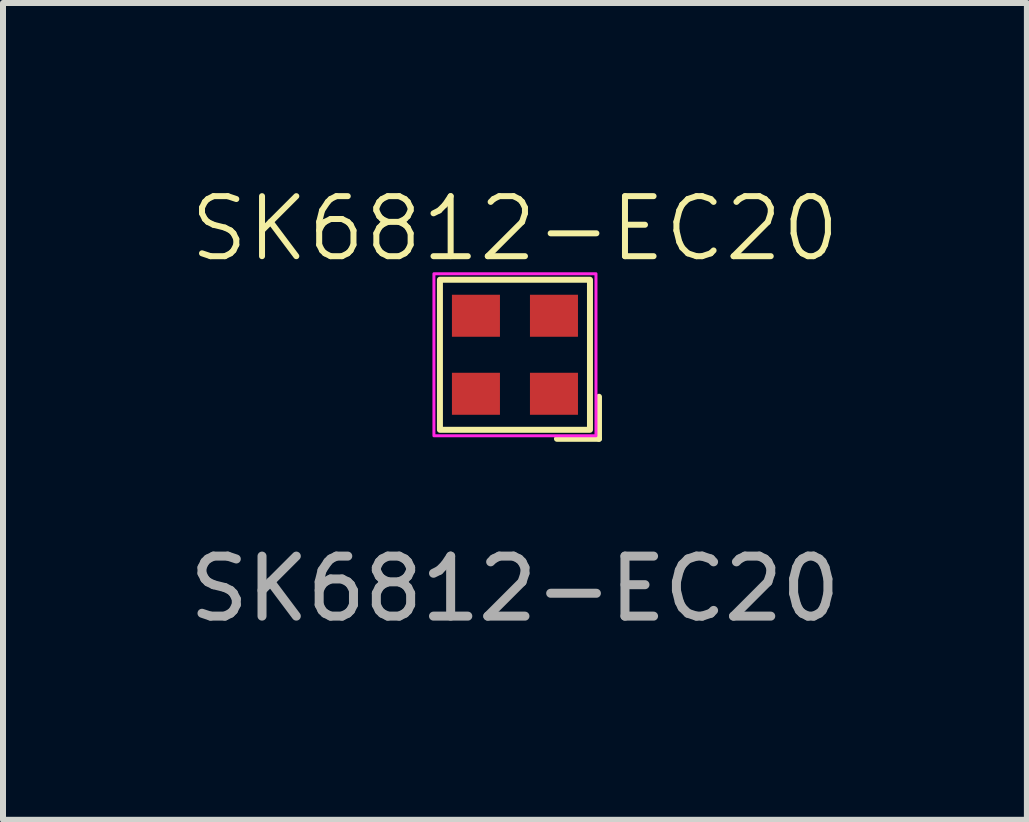
<source format=kicad_pcb>
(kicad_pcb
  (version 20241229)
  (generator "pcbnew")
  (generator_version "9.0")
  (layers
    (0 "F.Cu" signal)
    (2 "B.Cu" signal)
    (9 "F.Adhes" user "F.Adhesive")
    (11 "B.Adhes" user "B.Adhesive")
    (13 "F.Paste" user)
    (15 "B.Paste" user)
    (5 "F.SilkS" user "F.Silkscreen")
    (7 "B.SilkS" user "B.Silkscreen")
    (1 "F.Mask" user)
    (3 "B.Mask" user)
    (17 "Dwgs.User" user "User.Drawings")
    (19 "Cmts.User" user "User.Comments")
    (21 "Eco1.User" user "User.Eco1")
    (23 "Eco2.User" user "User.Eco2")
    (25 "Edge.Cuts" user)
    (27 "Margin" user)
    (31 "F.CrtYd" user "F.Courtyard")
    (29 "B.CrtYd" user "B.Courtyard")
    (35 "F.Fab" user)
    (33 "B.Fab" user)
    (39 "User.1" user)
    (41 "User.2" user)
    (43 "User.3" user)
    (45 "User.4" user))
  (footprint "SK6812-EC20"
    (layer "F.Cu")
    (at 5.53 2.861)
    (property "Reference" "SK6812-EC20" (at 0 -2.1 0) (unlocked yes) (layer "F.SilkS") (effects (font (size 1 1) (thickness 0.1))))
    (attr smd)
    (fp_line (start 1.4 1.4) (end 0.7 1.4) (stroke (width 0.1) (type default)) (layer "F.SilkS"))
    (fp_line (start 1.4 1.4) (end 1.4 0.7) (stroke (width 0.1) (type default)) (layer "F.SilkS"))
    (fp_rect (start -1.25 -1.25) (end 1.25 1.25) (stroke (width 0.1) (type default)) (fill no) (layer "F.SilkS"))
    (fp_rect (start -1.35 -1.35) (end 1.35 1.35) (stroke (width 0.05) (type default)) (fill no) (layer "F.CrtYd"))
    (fp_text user "${REFERENCE}" (at 0 3.9 0) (unlocked yes) (layer "F.Fab") (effects (font (size 1 1) (thickness 0.15))))
    (pad "1" smd rect (at 0.65 0.65) (size 0.8 0.7) (layers "F.Cu" "F.Mask" "F.Paste"))
    (pad "2" smd rect (at 0.65 -0.65) (size 0.8 0.7) (layers "F.Cu" "F.Mask" "F.Paste"))
    (pad "3" smd rect (at -0.65 -0.65) (size 0.8 0.7) (layers "F.Cu" "F.Mask" "F.Paste"))
    (pad "4" smd rect (at -0.65 0.65) (size 0.8 0.7) (layers "F.Cu" "F.Mask" "F.Paste")))
  (gr_rect
    (start -3 -3)
    (end 14.06 10.609)
    (stroke (width 0.1) (type default))
    (fill no)
    (layer "Edge.Cuts")))
</source>
